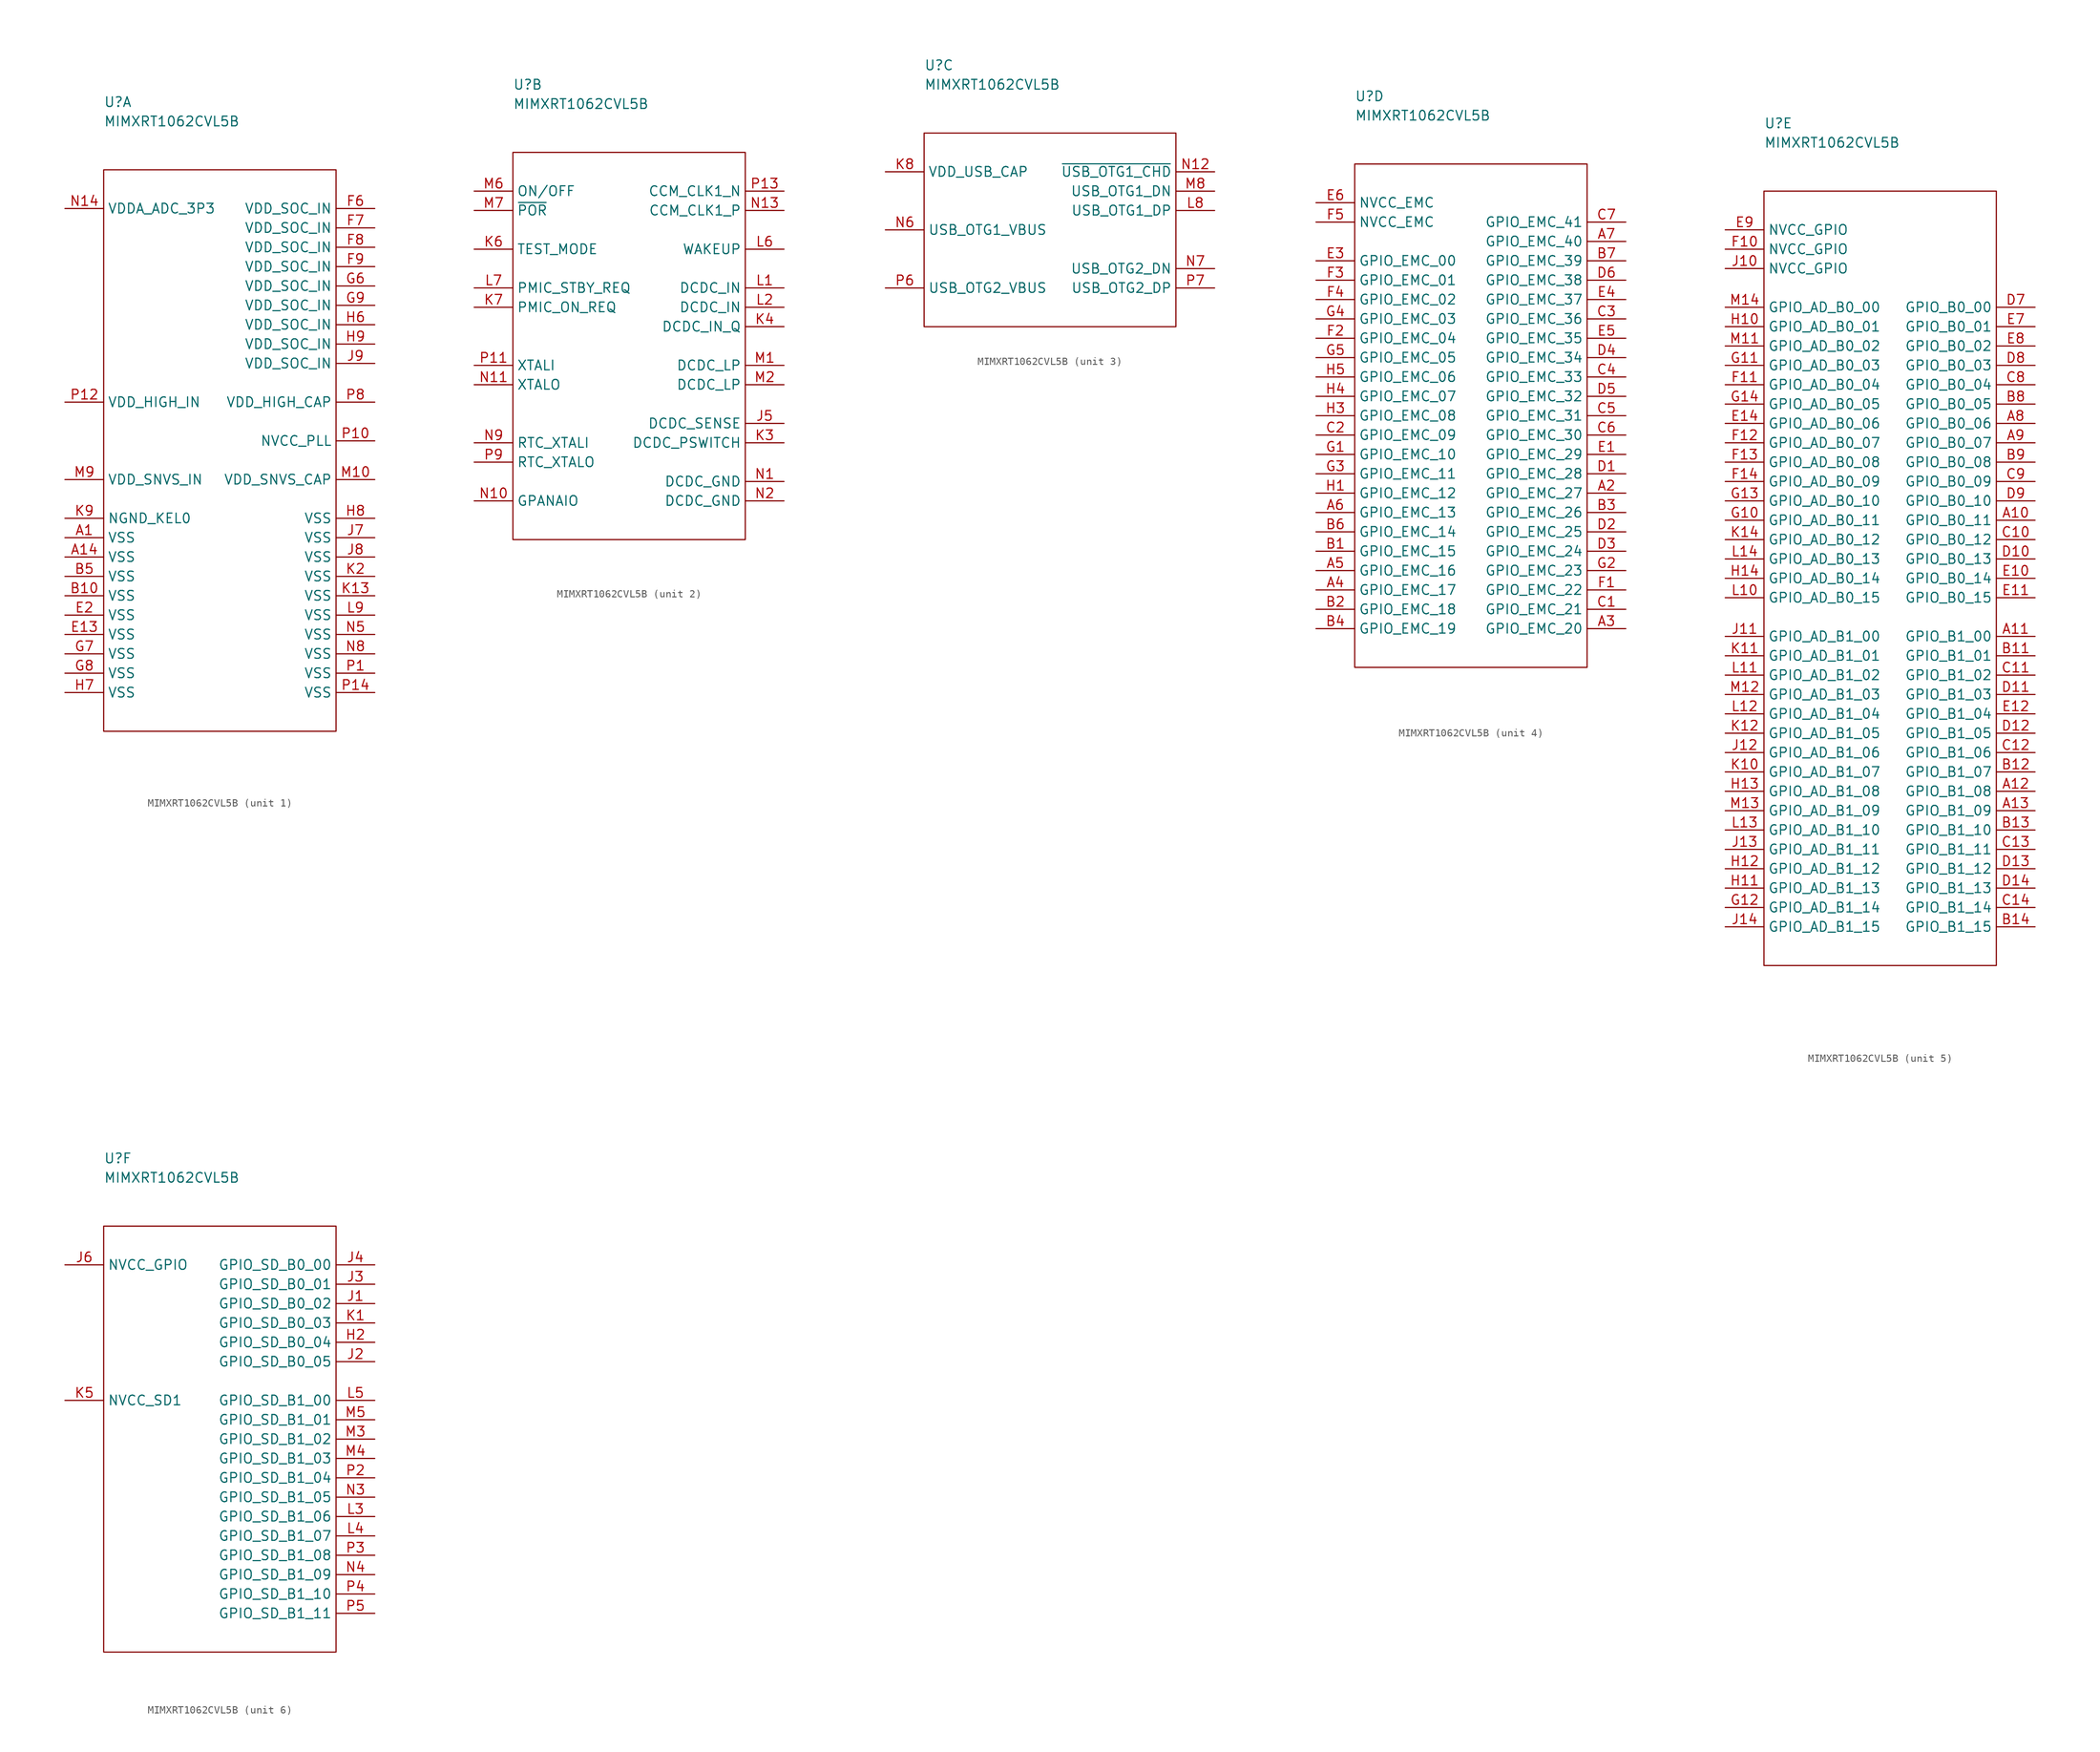
<source format=kicad_sym>
(kicad_symbol_lib
  (version 20211014)
  (generator kicad_symbol_editor)
  (symbol "MIMXRT1062CVL5B"
    (property "Reference" "U"
      (at 0 8.89 0)
      (effects (font (size 1.27 1.27)) (justify left)))
    (property "Value" "MIMXRT1062CVL5B"
      (at 0 6.35 0)
      (effects (font (size 1.27 1.27)) (justify left)))
    (property "ki_locked" ""
      (at 0 0 0)
      (effects (font (size 1.27 1.27))))
    (symbol "MIMXRT1062CVL5B_1_1"
      (rectangle (start 0 -73.66) (end 30.48 0) (stroke (width 0.152) (type default) (color 0 0 0 0)) (fill (type none)))
      (pin passive line (at -5.08 -48.26 0) (length 5.08) (name "VSS" (effects (font (size 1.27 1.27)))) (number "A1" (effects (font (size 1.27 1.27)))))
      (pin passive line (at -5.08 -50.8 0) (length 5.08) (name "VSS" (effects (font (size 1.27 1.27)))) (number "A14" (effects (font (size 1.27 1.27)))))
      (pin passive line (at -5.08 -55.88 0) (length 5.08) (name "VSS" (effects (font (size 1.27 1.27)))) (number "B10" (effects (font (size 1.27 1.27)))))
      (pin passive line (at -5.08 -53.34 0) (length 5.08) (name "VSS" (effects (font (size 1.27 1.27)))) (number "B5" (effects (font (size 1.27 1.27)))))
      (pin passive line (at -5.08 -60.96 0) (length 5.08) (name "VSS" (effects (font (size 1.27 1.27)))) (number "E13" (effects (font (size 1.27 1.27)))))
      (pin passive line (at -5.08 -58.42 0) (length 5.08) (name "VSS" (effects (font (size 1.27 1.27)))) (number "E2" (effects (font (size 1.27 1.27)))))
      (pin passive line (at 35.56 -5.08 180) (length 5.08) (name "VDD_SOC_IN" (effects (font (size 1.27 1.27)))) (number "F6" (effects (font (size 1.27 1.27)))))
      (pin passive line (at 35.56 -7.62 180) (length 5.08) (name "VDD_SOC_IN" (effects (font (size 1.27 1.27)))) (number "F7" (effects (font (size 1.27 1.27)))))
      (pin passive line (at 35.56 -10.16 180) (length 5.08) (name "VDD_SOC_IN" (effects (font (size 1.27 1.27)))) (number "F8" (effects (font (size 1.27 1.27)))))
      (pin passive line (at 35.56 -12.7 180) (length 5.08) (name "VDD_SOC_IN" (effects (font (size 1.27 1.27)))) (number "F9" (effects (font (size 1.27 1.27)))))
      (pin passive line (at 35.56 -15.24 180) (length 5.08) (name "VDD_SOC_IN" (effects (font (size 1.27 1.27)))) (number "G6" (effects (font (size 1.27 1.27)))))
      (pin passive line (at -5.08 -63.5 0) (length 5.08) (name "VSS" (effects (font (size 1.27 1.27)))) (number "G7" (effects (font (size 1.27 1.27)))))
      (pin passive line (at -5.08 -66.04 0) (length 5.08) (name "VSS" (effects (font (size 1.27 1.27)))) (number "G8" (effects (font (size 1.27 1.27)))))
      (pin passive line (at 35.56 -17.78 180) (length 5.08) (name "VDD_SOC_IN" (effects (font (size 1.27 1.27)))) (number "G9" (effects (font (size 1.27 1.27)))))
      (pin passive line (at 35.56 -20.32 180) (length 5.08) (name "VDD_SOC_IN" (effects (font (size 1.27 1.27)))) (number "H6" (effects (font (size 1.27 1.27)))))
      (pin passive line (at -5.08 -68.58 0) (length 5.08) (name "VSS" (effects (font (size 1.27 1.27)))) (number "H7" (effects (font (size 1.27 1.27)))))
      (pin passive line (at 35.56 -45.72 180) (length 5.08) (name "VSS" (effects (font (size 1.27 1.27)))) (number "H8" (effects (font (size 1.27 1.27)))))
      (pin passive line (at 35.56 -22.86 180) (length 5.08) (name "VDD_SOC_IN" (effects (font (size 1.27 1.27)))) (number "H9" (effects (font (size 1.27 1.27)))))
      (pin passive line (at 35.56 -48.26 180) (length 5.08) (name "VSS" (effects (font (size 1.27 1.27)))) (number "J7" (effects (font (size 1.27 1.27)))))
      (pin passive line (at 35.56 -50.8 180) (length 5.08) (name "VSS" (effects (font (size 1.27 1.27)))) (number "J8" (effects (font (size 1.27 1.27)))))
      (pin passive line (at 35.56 -25.4 180) (length 5.08) (name "VDD_SOC_IN" (effects (font (size 1.27 1.27)))) (number "J9" (effects (font (size 1.27 1.27)))))
      (pin passive line (at 35.56 -55.88 180) (length 5.08) (name "VSS" (effects (font (size 1.27 1.27)))) (number "K13" (effects (font (size 1.27 1.27)))))
      (pin passive line (at 35.56 -53.34 180) (length 5.08) (name "VSS" (effects (font (size 1.27 1.27)))) (number "K2" (effects (font (size 1.27 1.27)))))
      (pin passive line (at -5.08 -45.72 0) (length 5.08) (name "NGND_KEL0" (effects (font (size 1.27 1.27)))) (number "K9" (effects (font (size 1.27 1.27)))))
      (pin passive line (at 35.56 -58.42 180) (length 5.08) (name "VSS" (effects (font (size 1.27 1.27)))) (number "L9" (effects (font (size 1.27 1.27)))))
      (pin passive line (at 35.56 -40.64 180) (length 5.08) (name "VDD_SNVS_CAP" (effects (font (size 1.27 1.27)))) (number "M10" (effects (font (size 1.27 1.27)))))
      (pin passive line (at -5.08 -40.64 0) (length 5.08) (name "VDD_SNVS_IN" (effects (font (size 1.27 1.27)))) (number "M9" (effects (font (size 1.27 1.27)))))
      (pin passive line (at -5.08 -5.08 0) (length 5.08) (name "VDDA_ADC_3P3" (effects (font (size 1.27 1.27)))) (number "N14" (effects (font (size 1.27 1.27)))))
      (pin passive line (at 35.56 -60.96 180) (length 5.08) (name "VSS" (effects (font (size 1.27 1.27)))) (number "N5" (effects (font (size 1.27 1.27)))))
      (pin passive line (at 35.56 -63.5 180) (length 5.08) (name "VSS" (effects (font (size 1.27 1.27)))) (number "N8" (effects (font (size 1.27 1.27)))))
      (pin passive line (at 35.56 -66.04 180) (length 5.08) (name "VSS" (effects (font (size 1.27 1.27)))) (number "P1" (effects (font (size 1.27 1.27)))))
      (pin passive line (at 35.56 -35.56 180) (length 5.08) (name "NVCC_PLL" (effects (font (size 1.27 1.27)))) (number "P10" (effects (font (size 1.27 1.27)))))
      (pin passive line (at -5.08 -30.48 0) (length 5.08) (name "VDD_HIGH_IN" (effects (font (size 1.27 1.27)))) (number "P12" (effects (font (size 1.27 1.27)))))
      (pin passive line (at 35.56 -68.58 180) (length 5.08) (name "VSS" (effects (font (size 1.27 1.27)))) (number "P14" (effects (font (size 1.27 1.27)))))
      (pin passive line (at 35.56 -30.48 180) (length 5.08) (name "VDD_HIGH_CAP" (effects (font (size 1.27 1.27)))) (number "P8" (effects (font (size 1.27 1.27))))))
    (symbol "MIMXRT1062CVL5B_2_1"
      (rectangle (start 0 0) (end 30.48 -50.8) (stroke (width 0.152) (type default) (color 0 0 0 0)) (fill (type none)))
      (pin passive line (at 35.56 -35.56 180) (length 5.08) (name "DCDC_SENSE" (effects (font (size 1.27 1.27)))) (number "J5" (effects (font (size 1.27 1.27)))))
      (pin passive line (at 35.56 -38.1 180) (length 5.08) (name "DCDC_PSWITCH" (effects (font (size 1.27 1.27)))) (number "K3" (effects (font (size 1.27 1.27)))))
      (pin passive line (at 35.56 -22.86 180) (length 5.08) (name "DCDC_IN_Q" (effects (font (size 1.27 1.27)))) (number "K4" (effects (font (size 1.27 1.27)))))
      (pin passive line (at -5.08 -12.7 0) (length 5.08) (name "TEST_MODE" (effects (font (size 1.27 1.27)))) (number "K6" (effects (font (size 1.27 1.27)))))
      (pin passive line (at -5.08 -20.32 0) (length 5.08) (name "PMIC_ON_REQ" (effects (font (size 1.27 1.27)))) (number "K7" (effects (font (size 1.27 1.27)))))
      (pin passive line (at 35.56 -17.78 180) (length 5.08) (name "DCDC_IN" (effects (font (size 1.27 1.27)))) (number "L1" (effects (font (size 1.27 1.27)))))
      (pin passive line (at 35.56 -20.32 180) (length 5.08) (name "DCDC_IN" (effects (font (size 1.27 1.27)))) (number "L2" (effects (font (size 1.27 1.27)))))
      (pin passive line (at 35.56 -12.7 180) (length 5.08) (name "WAKEUP" (effects (font (size 1.27 1.27)))) (number "L6" (effects (font (size 1.27 1.27)))))
      (pin passive line (at -5.08 -17.78 0) (length 5.08) (name "PMIC_STBY_REQ" (effects (font (size 1.27 1.27)))) (number "L7" (effects (font (size 1.27 1.27)))))
      (pin passive line (at 35.56 -27.94 180) (length 5.08) (name "DCDC_LP" (effects (font (size 1.27 1.27)))) (number "M1" (effects (font (size 1.27 1.27)))))
      (pin passive line (at 35.56 -30.48 180) (length 5.08) (name "DCDC_LP" (effects (font (size 1.27 1.27)))) (number "M2" (effects (font (size 1.27 1.27)))))
      (pin passive line (at -5.08 -5.08 0) (length 5.08) (name "ON/OFF" (effects (font (size 1.27 1.27)))) (number "M6" (effects (font (size 1.27 1.27)))))
      (pin passive line (at -5.08 -7.62 0) (length 5.08) (name "~{POR}" (effects (font (size 1.27 1.27)))) (number "M7" (effects (font (size 1.27 1.27)))))
      (pin passive line (at 35.56 -43.18 180) (length 5.08) (name "DCDC_GND" (effects (font (size 1.27 1.27)))) (number "N1" (effects (font (size 1.27 1.27)))))
      (pin passive line (at -5.08 -45.72 0) (length 5.08) (name "GPANAIO" (effects (font (size 1.27 1.27)))) (number "N10" (effects (font (size 1.27 1.27)))))
      (pin passive line (at -5.08 -30.48 0) (length 5.08) (name "XTALO" (effects (font (size 1.27 1.27)))) (number "N11" (effects (font (size 1.27 1.27)))))
      (pin passive line (at 35.56 -7.62 180) (length 5.08) (name "CCM_CLK1_P" (effects (font (size 1.27 1.27)))) (number "N13" (effects (font (size 1.27 1.27)))))
      (pin passive line (at 35.56 -45.72 180) (length 5.08) (name "DCDC_GND" (effects (font (size 1.27 1.27)))) (number "N2" (effects (font (size 1.27 1.27)))))
      (pin passive line (at -5.08 -38.1 0) (length 5.08) (name "RTC_XTALI" (effects (font (size 1.27 1.27)))) (number "N9" (effects (font (size 1.27 1.27)))))
      (pin passive line (at -5.08 -27.94 0) (length 5.08) (name "XTALI" (effects (font (size 1.27 1.27)))) (number "P11" (effects (font (size 1.27 1.27)))))
      (pin passive line (at 35.56 -5.08 180) (length 5.08) (name "CCM_CLK1_N" (effects (font (size 1.27 1.27)))) (number "P13" (effects (font (size 1.27 1.27)))))
      (pin passive line (at -5.08 -40.64 0) (length 5.08) (name "RTC_XTALO" (effects (font (size 1.27 1.27)))) (number "P9" (effects (font (size 1.27 1.27))))))
    (symbol "MIMXRT1062CVL5B_3_1"
      (rectangle (start 0 -25.4) (end 33.02 0) (stroke (width 0.152) (type default) (color 0 0 0 0)) (fill (type none)))
      (pin passive line (at -5.08 -5.08 0) (length 5.08) (name "VDD_USB_CAP" (effects (font (size 1.27 1.27)))) (number "K8" (effects (font (size 1.27 1.27)))))
      (pin passive line (at 38.1 -10.16 180) (length 5.08) (name "USB_OTG1_DP" (effects (font (size 1.27 1.27)))) (number "L8" (effects (font (size 1.27 1.27)))))
      (pin passive line (at 38.1 -7.62 180) (length 5.08) (name "USB_OTG1_DN" (effects (font (size 1.27 1.27)))) (number "M8" (effects (font (size 1.27 1.27)))))
      (pin passive line (at 38.1 -5.08 180) (length 5.08) (name "~{USB_OTG1_CHD}" (effects (font (size 1.27 1.27)))) (number "N12" (effects (font (size 1.27 1.27)))))
      (pin passive line (at -5.08 -12.7 0) (length 5.08) (name "USB_OTG1_VBUS" (effects (font (size 1.27 1.27)))) (number "N6" (effects (font (size 1.27 1.27)))))
      (pin passive line (at 38.1 -17.78 180) (length 5.08) (name "USB_OTG2_DN" (effects (font (size 1.27 1.27)))) (number "N7" (effects (font (size 1.27 1.27)))))
      (pin passive line (at -5.08 -20.32 0) (length 5.08) (name "USB_OTG2_VBUS" (effects (font (size 1.27 1.27)))) (number "P6" (effects (font (size 1.27 1.27)))))
      (pin passive line (at 38.1 -20.32 180) (length 5.08) (name "USB_OTG2_DP" (effects (font (size 1.27 1.27)))) (number "P7" (effects (font (size 1.27 1.27))))))
    (symbol "MIMXRT1062CVL5B_4_1"
      (rectangle (start 0 0) (end 30.48 -66.04) (stroke (width 0.152) (type default) (color 0 0 0 0)) (fill (type none)))
      (pin passive line (at 35.56 -43.18 180) (length 5.08) (name "GPIO_EMC_27" (effects (font (size 1.27 1.27)))) (number "A2" (effects (font (size 1.27 1.27)))))
      (pin passive line (at 35.56 -60.96 180) (length 5.08) (name "GPIO_EMC_20" (effects (font (size 1.27 1.27)))) (number "A3" (effects (font (size 1.27 1.27)))))
      (pin passive line (at -5.08 -55.88 0) (length 5.08) (name "GPIO_EMC_17" (effects (font (size 1.27 1.27)))) (number "A4" (effects (font (size 1.27 1.27)))))
      (pin passive line (at -5.08 -53.34 0) (length 5.08) (name "GPIO_EMC_16" (effects (font (size 1.27 1.27)))) (number "A5" (effects (font (size 1.27 1.27)))))
      (pin passive line (at -5.08 -45.72 0) (length 5.08) (name "GPIO_EMC_13" (effects (font (size 1.27 1.27)))) (number "A6" (effects (font (size 1.27 1.27)))))
      (pin passive line (at 35.56 -10.16 180) (length 5.08) (name "GPIO_EMC_40" (effects (font (size 1.27 1.27)))) (number "A7" (effects (font (size 1.27 1.27)))))
      (pin passive line (at -5.08 -50.8 0) (length 5.08) (name "GPIO_EMC_15" (effects (font (size 1.27 1.27)))) (number "B1" (effects (font (size 1.27 1.27)))))
      (pin passive line (at -5.08 -58.42 0) (length 5.08) (name "GPIO_EMC_18" (effects (font (size 1.27 1.27)))) (number "B2" (effects (font (size 1.27 1.27)))))
      (pin passive line (at 35.56 -45.72 180) (length 5.08) (name "GPIO_EMC_26" (effects (font (size 1.27 1.27)))) (number "B3" (effects (font (size 1.27 1.27)))))
      (pin passive line (at -5.08 -60.96 0) (length 5.08) (name "GPIO_EMC_19" (effects (font (size 1.27 1.27)))) (number "B4" (effects (font (size 1.27 1.27)))))
      (pin passive line (at -5.08 -48.26 0) (length 5.08) (name "GPIO_EMC_14" (effects (font (size 1.27 1.27)))) (number "B6" (effects (font (size 1.27 1.27)))))
      (pin passive line (at 35.56 -12.7 180) (length 5.08) (name "GPIO_EMC_39" (effects (font (size 1.27 1.27)))) (number "B7" (effects (font (size 1.27 1.27)))))
      (pin passive line (at 35.56 -58.42 180) (length 5.08) (name "GPIO_EMC_21" (effects (font (size 1.27 1.27)))) (number "C1" (effects (font (size 1.27 1.27)))))
      (pin passive line (at -5.08 -35.56 0) (length 5.08) (name "GPIO_EMC_09" (effects (font (size 1.27 1.27)))) (number "C2" (effects (font (size 1.27 1.27)))))
      (pin passive line (at 35.56 -20.32 180) (length 5.08) (name "GPIO_EMC_36" (effects (font (size 1.27 1.27)))) (number "C3" (effects (font (size 1.27 1.27)))))
      (pin passive line (at 35.56 -27.94 180) (length 5.08) (name "GPIO_EMC_33" (effects (font (size 1.27 1.27)))) (number "C4" (effects (font (size 1.27 1.27)))))
      (pin passive line (at 35.56 -33.02 180) (length 5.08) (name "GPIO_EMC_31" (effects (font (size 1.27 1.27)))) (number "C5" (effects (font (size 1.27 1.27)))))
      (pin passive line (at 35.56 -35.56 180) (length 5.08) (name "GPIO_EMC_30" (effects (font (size 1.27 1.27)))) (number "C6" (effects (font (size 1.27 1.27)))))
      (pin passive line (at 35.56 -7.62 180) (length 5.08) (name "GPIO_EMC_41" (effects (font (size 1.27 1.27)))) (number "C7" (effects (font (size 1.27 1.27)))))
      (pin passive line (at 35.56 -40.64 180) (length 5.08) (name "GPIO_EMC_28" (effects (font (size 1.27 1.27)))) (number "D1" (effects (font (size 1.27 1.27)))))
      (pin passive line (at 35.56 -48.26 180) (length 5.08) (name "GPIO_EMC_25" (effects (font (size 1.27 1.27)))) (number "D2" (effects (font (size 1.27 1.27)))))
      (pin passive line (at 35.56 -50.8 180) (length 5.08) (name "GPIO_EMC_24" (effects (font (size 1.27 1.27)))) (number "D3" (effects (font (size 1.27 1.27)))))
      (pin passive line (at 35.56 -25.4 180) (length 5.08) (name "GPIO_EMC_34" (effects (font (size 1.27 1.27)))) (number "D4" (effects (font (size 1.27 1.27)))))
      (pin passive line (at 35.56 -30.48 180) (length 5.08) (name "GPIO_EMC_32" (effects (font (size 1.27 1.27)))) (number "D5" (effects (font (size 1.27 1.27)))))
      (pin passive line (at 35.56 -15.24 180) (length 5.08) (name "GPIO_EMC_38" (effects (font (size 1.27 1.27)))) (number "D6" (effects (font (size 1.27 1.27)))))
      (pin passive line (at 35.56 -38.1 180) (length 5.08) (name "GPIO_EMC_29" (effects (font (size 1.27 1.27)))) (number "E1" (effects (font (size 1.27 1.27)))))
      (pin passive line (at -5.08 -12.7 0) (length 5.08) (name "GPIO_EMC_00" (effects (font (size 1.27 1.27)))) (number "E3" (effects (font (size 1.27 1.27)))))
      (pin passive line (at 35.56 -17.78 180) (length 5.08) (name "GPIO_EMC_37" (effects (font (size 1.27 1.27)))) (number "E4" (effects (font (size 1.27 1.27)))))
      (pin passive line (at 35.56 -22.86 180) (length 5.08) (name "GPIO_EMC_35" (effects (font (size 1.27 1.27)))) (number "E5" (effects (font (size 1.27 1.27)))))
      (pin passive line (at -5.08 -5.08 0) (length 5.08) (name "NVCC_EMC" (effects (font (size 1.27 1.27)))) (number "E6" (effects (font (size 1.27 1.27)))))
      (pin passive line (at 35.56 -55.88 180) (length 5.08) (name "GPIO_EMC_22" (effects (font (size 1.27 1.27)))) (number "F1" (effects (font (size 1.27 1.27)))))
      (pin passive line (at -5.08 -22.86 0) (length 5.08) (name "GPIO_EMC_04" (effects (font (size 1.27 1.27)))) (number "F2" (effects (font (size 1.27 1.27)))))
      (pin passive line (at -5.08 -15.24 0) (length 5.08) (name "GPIO_EMC_01" (effects (font (size 1.27 1.27)))) (number "F3" (effects (font (size 1.27 1.27)))))
      (pin passive line (at -5.08 -17.78 0) (length 5.08) (name "GPIO_EMC_02" (effects (font (size 1.27 1.27)))) (number "F4" (effects (font (size 1.27 1.27)))))
      (pin passive line (at -5.08 -7.62 0) (length 5.08) (name "NVCC_EMC" (effects (font (size 1.27 1.27)))) (number "F5" (effects (font (size 1.27 1.27)))))
      (pin passive line (at -5.08 -38.1 0) (length 5.08) (name "GPIO_EMC_10" (effects (font (size 1.27 1.27)))) (number "G1" (effects (font (size 1.27 1.27)))))
      (pin passive line (at 35.56 -53.34 180) (length 5.08) (name "GPIO_EMC_23" (effects (font (size 1.27 1.27)))) (number "G2" (effects (font (size 1.27 1.27)))))
      (pin passive line (at -5.08 -40.64 0) (length 5.08) (name "GPIO_EMC_11" (effects (font (size 1.27 1.27)))) (number "G3" (effects (font (size 1.27 1.27)))))
      (pin passive line (at -5.08 -20.32 0) (length 5.08) (name "GPIO_EMC_03" (effects (font (size 1.27 1.27)))) (number "G4" (effects (font (size 1.27 1.27)))))
      (pin passive line (at -5.08 -25.4 0) (length 5.08) (name "GPIO_EMC_05" (effects (font (size 1.27 1.27)))) (number "G5" (effects (font (size 1.27 1.27)))))
      (pin passive line (at -5.08 -43.18 0) (length 5.08) (name "GPIO_EMC_12" (effects (font (size 1.27 1.27)))) (number "H1" (effects (font (size 1.27 1.27)))))
      (pin passive line (at -5.08 -33.02 0) (length 5.08) (name "GPIO_EMC_08" (effects (font (size 1.27 1.27)))) (number "H3" (effects (font (size 1.27 1.27)))))
      (pin passive line (at -5.08 -30.48 0) (length 5.08) (name "GPIO_EMC_07" (effects (font (size 1.27 1.27)))) (number "H4" (effects (font (size 1.27 1.27)))))
      (pin passive line (at -5.08 -27.94 0) (length 5.08) (name "GPIO_EMC_06" (effects (font (size 1.27 1.27)))) (number "H5" (effects (font (size 1.27 1.27))))))
    (symbol "MIMXRT1062CVL5B_5_1"
      (rectangle (start 0 0) (end 30.48 -101.6) (stroke (width 0.152) (type default) (color 0 0 0 0)) (fill (type none)))
      (pin passive line (at 35.56 -43.18 180) (length 5.08) (name "GPIO_B0_11" (effects (font (size 1.27 1.27)))) (number "A10" (effects (font (size 1.27 1.27)))))
      (pin passive line (at 35.56 -58.42 180) (length 5.08) (name "GPIO_B1_00" (effects (font (size 1.27 1.27)))) (number "A11" (effects (font (size 1.27 1.27)))))
      (pin passive line (at 35.56 -78.74 180) (length 5.08) (name "GPIO_B1_08" (effects (font (size 1.27 1.27)))) (number "A12" (effects (font (size 1.27 1.27)))))
      (pin passive line (at 35.56 -81.28 180) (length 5.08) (name "GPIO_B1_09" (effects (font (size 1.27 1.27)))) (number "A13" (effects (font (size 1.27 1.27)))))
      (pin passive line (at 35.56 -30.48 180) (length 5.08) (name "GPIO_B0_06" (effects (font (size 1.27 1.27)))) (number "A8" (effects (font (size 1.27 1.27)))))
      (pin passive line (at 35.56 -33.02 180) (length 5.08) (name "GPIO_B0_07" (effects (font (size 1.27 1.27)))) (number "A9" (effects (font (size 1.27 1.27)))))
      (pin passive line (at 35.56 -60.96 180) (length 5.08) (name "GPIO_B1_01" (effects (font (size 1.27 1.27)))) (number "B11" (effects (font (size 1.27 1.27)))))
      (pin passive line (at 35.56 -76.2 180) (length 5.08) (name "GPIO_B1_07" (effects (font (size 1.27 1.27)))) (number "B12" (effects (font (size 1.27 1.27)))))
      (pin passive line (at 35.56 -83.82 180) (length 5.08) (name "GPIO_B1_10" (effects (font (size 1.27 1.27)))) (number "B13" (effects (font (size 1.27 1.27)))))
      (pin passive line (at 35.56 -96.52 180) (length 5.08) (name "GPIO_B1_15" (effects (font (size 1.27 1.27)))) (number "B14" (effects (font (size 1.27 1.27)))))
      (pin passive line (at 35.56 -27.94 180) (length 5.08) (name "GPIO_B0_05" (effects (font (size 1.27 1.27)))) (number "B8" (effects (font (size 1.27 1.27)))))
      (pin passive line (at 35.56 -35.56 180) (length 5.08) (name "GPIO_B0_08" (effects (font (size 1.27 1.27)))) (number "B9" (effects (font (size 1.27 1.27)))))
      (pin passive line (at 35.56 -45.72 180) (length 5.08) (name "GPIO_B0_12" (effects (font (size 1.27 1.27)))) (number "C10" (effects (font (size 1.27 1.27)))))
      (pin passive line (at 35.56 -63.5 180) (length 5.08) (name "GPIO_B1_02" (effects (font (size 1.27 1.27)))) (number "C11" (effects (font (size 1.27 1.27)))))
      (pin passive line (at 35.56 -73.66 180) (length 5.08) (name "GPIO_B1_06" (effects (font (size 1.27 1.27)))) (number "C12" (effects (font (size 1.27 1.27)))))
      (pin passive line (at 35.56 -86.36 180) (length 5.08) (name "GPIO_B1_11" (effects (font (size 1.27 1.27)))) (number "C13" (effects (font (size 1.27 1.27)))))
      (pin passive line (at 35.56 -93.98 180) (length 5.08) (name "GPIO_B1_14" (effects (font (size 1.27 1.27)))) (number "C14" (effects (font (size 1.27 1.27)))))
      (pin passive line (at 35.56 -25.4 180) (length 5.08) (name "GPIO_B0_04" (effects (font (size 1.27 1.27)))) (number "C8" (effects (font (size 1.27 1.27)))))
      (pin passive line (at 35.56 -38.1 180) (length 5.08) (name "GPIO_B0_09" (effects (font (size 1.27 1.27)))) (number "C9" (effects (font (size 1.27 1.27)))))
      (pin passive line (at 35.56 -48.26 180) (length 5.08) (name "GPIO_B0_13" (effects (font (size 1.27 1.27)))) (number "D10" (effects (font (size 1.27 1.27)))))
      (pin passive line (at 35.56 -66.04 180) (length 5.08) (name "GPIO_B1_03" (effects (font (size 1.27 1.27)))) (number "D11" (effects (font (size 1.27 1.27)))))
      (pin passive line (at 35.56 -71.12 180) (length 5.08) (name "GPIO_B1_05" (effects (font (size 1.27 1.27)))) (number "D12" (effects (font (size 1.27 1.27)))))
      (pin passive line (at 35.56 -88.9 180) (length 5.08) (name "GPIO_B1_12" (effects (font (size 1.27 1.27)))) (number "D13" (effects (font (size 1.27 1.27)))))
      (pin passive line (at 35.56 -91.44 180) (length 5.08) (name "GPIO_B1_13" (effects (font (size 1.27 1.27)))) (number "D14" (effects (font (size 1.27 1.27)))))
      (pin passive line (at 35.56 -15.24 180) (length 5.08) (name "GPIO_B0_00" (effects (font (size 1.27 1.27)))) (number "D7" (effects (font (size 1.27 1.27)))))
      (pin passive line (at 35.56 -22.86 180) (length 5.08) (name "GPIO_B0_03" (effects (font (size 1.27 1.27)))) (number "D8" (effects (font (size 1.27 1.27)))))
      (pin passive line (at 35.56 -40.64 180) (length 5.08) (name "GPIO_B0_10" (effects (font (size 1.27 1.27)))) (number "D9" (effects (font (size 1.27 1.27)))))
      (pin passive line (at 35.56 -50.8 180) (length 5.08) (name "GPIO_B0_14" (effects (font (size 1.27 1.27)))) (number "E10" (effects (font (size 1.27 1.27)))))
      (pin passive line (at 35.56 -53.34 180) (length 5.08) (name "GPIO_B0_15" (effects (font (size 1.27 1.27)))) (number "E11" (effects (font (size 1.27 1.27)))))
      (pin passive line (at 35.56 -68.58 180) (length 5.08) (name "GPIO_B1_04" (effects (font (size 1.27 1.27)))) (number "E12" (effects (font (size 1.27 1.27)))))
      (pin passive line (at -5.08 -30.48 0) (length 5.08) (name "GPIO_AD_B0_06" (effects (font (size 1.27 1.27)))) (number "E14" (effects (font (size 1.27 1.27)))))
      (pin passive line (at 35.56 -17.78 180) (length 5.08) (name "GPIO_B0_01" (effects (font (size 1.27 1.27)))) (number "E7" (effects (font (size 1.27 1.27)))))
      (pin passive line (at 35.56 -20.32 180) (length 5.08) (name "GPIO_B0_02" (effects (font (size 1.27 1.27)))) (number "E8" (effects (font (size 1.27 1.27)))))
      (pin passive line (at -5.08 -5.08 0) (length 5.08) (name "NVCC_GPIO" (effects (font (size 1.27 1.27)))) (number "E9" (effects (font (size 1.27 1.27)))))
      (pin passive line (at -5.08 -7.62 0) (length 5.08) (name "NVCC_GPIO" (effects (font (size 1.27 1.27)))) (number "F10" (effects (font (size 1.27 1.27)))))
      (pin passive line (at -5.08 -25.4 0) (length 5.08) (name "GPIO_AD_B0_04" (effects (font (size 1.27 1.27)))) (number "F11" (effects (font (size 1.27 1.27)))))
      (pin passive line (at -5.08 -33.02 0) (length 5.08) (name "GPIO_AD_B0_07" (effects (font (size 1.27 1.27)))) (number "F12" (effects (font (size 1.27 1.27)))))
      (pin passive line (at -5.08 -35.56 0) (length 5.08) (name "GPIO_AD_B0_08" (effects (font (size 1.27 1.27)))) (number "F13" (effects (font (size 1.27 1.27)))))
      (pin passive line (at -5.08 -38.1 0) (length 5.08) (name "GPIO_AD_B0_09" (effects (font (size 1.27 1.27)))) (number "F14" (effects (font (size 1.27 1.27)))))
      (pin passive line (at -5.08 -43.18 0) (length 5.08) (name "GPIO_AD_B0_11" (effects (font (size 1.27 1.27)))) (number "G10" (effects (font (size 1.27 1.27)))))
      (pin passive line (at -5.08 -22.86 0) (length 5.08) (name "GPIO_AD_B0_03" (effects (font (size 1.27 1.27)))) (number "G11" (effects (font (size 1.27 1.27)))))
      (pin passive line (at -5.08 -93.98 0) (length 5.08) (name "GPIO_AD_B1_14" (effects (font (size 1.27 1.27)))) (number "G12" (effects (font (size 1.27 1.27)))))
      (pin passive line (at -5.08 -40.64 0) (length 5.08) (name "GPIO_AD_B0_10" (effects (font (size 1.27 1.27)))) (number "G13" (effects (font (size 1.27 1.27)))))
      (pin passive line (at -5.08 -27.94 0) (length 5.08) (name "GPIO_AD_B0_05" (effects (font (size 1.27 1.27)))) (number "G14" (effects (font (size 1.27 1.27)))))
      (pin passive line (at -5.08 -17.78 0) (length 5.08) (name "GPIO_AD_B0_01" (effects (font (size 1.27 1.27)))) (number "H10" (effects (font (size 1.27 1.27)))))
      (pin passive line (at -5.08 -91.44 0) (length 5.08) (name "GPIO_AD_B1_13" (effects (font (size 1.27 1.27)))) (number "H11" (effects (font (size 1.27 1.27)))))
      (pin passive line (at -5.08 -88.9 0) (length 5.08) (name "GPIO_AD_B1_12" (effects (font (size 1.27 1.27)))) (number "H12" (effects (font (size 1.27 1.27)))))
      (pin passive line (at -5.08 -78.74 0) (length 5.08) (name "GPIO_AD_B1_08" (effects (font (size 1.27 1.27)))) (number "H13" (effects (font (size 1.27 1.27)))))
      (pin passive line (at -5.08 -50.8 0) (length 5.08) (name "GPIO_AD_B0_14" (effects (font (size 1.27 1.27)))) (number "H14" (effects (font (size 1.27 1.27)))))
      (pin passive line (at -5.08 -10.16 0) (length 5.08) (name "NVCC_GPIO" (effects (font (size 1.27 1.27)))) (number "J10" (effects (font (size 1.27 1.27)))))
      (pin passive line (at -5.08 -58.42 0) (length 5.08) (name "GPIO_AD_B1_00" (effects (font (size 1.27 1.27)))) (number "J11" (effects (font (size 1.27 1.27)))))
      (pin passive line (at -5.08 -73.66 0) (length 5.08) (name "GPIO_AD_B1_06" (effects (font (size 1.27 1.27)))) (number "J12" (effects (font (size 1.27 1.27)))))
      (pin passive line (at -5.08 -86.36 0) (length 5.08) (name "GPIO_AD_B1_11" (effects (font (size 1.27 1.27)))) (number "J13" (effects (font (size 1.27 1.27)))))
      (pin passive line (at -5.08 -96.52 0) (length 5.08) (name "GPIO_AD_B1_15" (effects (font (size 1.27 1.27)))) (number "J14" (effects (font (size 1.27 1.27)))))
      (pin passive line (at -5.08 -76.2 0) (length 5.08) (name "GPIO_AD_B1_07" (effects (font (size 1.27 1.27)))) (number "K10" (effects (font (size 1.27 1.27)))))
      (pin passive line (at -5.08 -60.96 0) (length 5.08) (name "GPIO_AD_B1_01" (effects (font (size 1.27 1.27)))) (number "K11" (effects (font (size 1.27 1.27)))))
      (pin passive line (at -5.08 -71.12 0) (length 5.08) (name "GPIO_AD_B1_05" (effects (font (size 1.27 1.27)))) (number "K12" (effects (font (size 1.27 1.27)))))
      (pin passive line (at -5.08 -45.72 0) (length 5.08) (name "GPIO_AD_B0_12" (effects (font (size 1.27 1.27)))) (number "K14" (effects (font (size 1.27 1.27)))))
      (pin passive line (at -5.08 -53.34 0) (length 5.08) (name "GPIO_AD_B0_15" (effects (font (size 1.27 1.27)))) (number "L10" (effects (font (size 1.27 1.27)))))
      (pin passive line (at -5.08 -63.5 0) (length 5.08) (name "GPIO_AD_B1_02" (effects (font (size 1.27 1.27)))) (number "L11" (effects (font (size 1.27 1.27)))))
      (pin passive line (at -5.08 -68.58 0) (length 5.08) (name "GPIO_AD_B1_04" (effects (font (size 1.27 1.27)))) (number "L12" (effects (font (size 1.27 1.27)))))
      (pin passive line (at -5.08 -83.82 0) (length 5.08) (name "GPIO_AD_B1_10" (effects (font (size 1.27 1.27)))) (number "L13" (effects (font (size 1.27 1.27)))))
      (pin passive line (at -5.08 -48.26 0) (length 5.08) (name "GPIO_AD_B0_13" (effects (font (size 1.27 1.27)))) (number "L14" (effects (font (size 1.27 1.27)))))
      (pin passive line (at -5.08 -20.32 0) (length 5.08) (name "GPIO_AD_B0_02" (effects (font (size 1.27 1.27)))) (number "M11" (effects (font (size 1.27 1.27)))))
      (pin passive line (at -5.08 -66.04 0) (length 5.08) (name "GPIO_AD_B1_03" (effects (font (size 1.27 1.27)))) (number "M12" (effects (font (size 1.27 1.27)))))
      (pin passive line (at -5.08 -81.28 0) (length 5.08) (name "GPIO_AD_B1_09" (effects (font (size 1.27 1.27)))) (number "M13" (effects (font (size 1.27 1.27)))))
      (pin passive line (at -5.08 -15.24 0) (length 5.08) (name "GPIO_AD_B0_00" (effects (font (size 1.27 1.27)))) (number "M14" (effects (font (size 1.27 1.27))))))
    (symbol "MIMXRT1062CVL5B_6_1"
      (rectangle (start 0 0) (end 30.48 -55.88) (stroke (width 0.152) (type default) (color 0 0 0 0)) (fill (type none)))
      (pin passive line (at 35.56 -15.24 180) (length 5.08) (name "GPIO_SD_B0_04" (effects (font (size 1.27 1.27)))) (number "H2" (effects (font (size 1.27 1.27)))))
      (pin passive line (at 35.56 -10.16 180) (length 5.08) (name "GPIO_SD_B0_02" (effects (font (size 1.27 1.27)))) (number "J1" (effects (font (size 1.27 1.27)))))
      (pin passive line (at 35.56 -17.78 180) (length 5.08) (name "GPIO_SD_B0_05" (effects (font (size 1.27 1.27)))) (number "J2" (effects (font (size 1.27 1.27)))))
      (pin passive line (at 35.56 -7.62 180) (length 5.08) (name "GPIO_SD_B0_01" (effects (font (size 1.27 1.27)))) (number "J3" (effects (font (size 1.27 1.27)))))
      (pin passive line (at 35.56 -5.08 180) (length 5.08) (name "GPIO_SD_B0_00" (effects (font (size 1.27 1.27)))) (number "J4" (effects (font (size 1.27 1.27)))))
      (pin passive line (at -5.08 -5.08 0) (length 5.08) (name "NVCC_GPIO" (effects (font (size 1.27 1.27)))) (number "J6" (effects (font (size 1.27 1.27)))))
      (pin passive line (at 35.56 -12.7 180) (length 5.08) (name "GPIO_SD_B0_03" (effects (font (size 1.27 1.27)))) (number "K1" (effects (font (size 1.27 1.27)))))
      (pin passive line (at -5.08 -22.86 0) (length 5.08) (name "NVCC_SD1" (effects (font (size 1.27 1.27)))) (number "K5" (effects (font (size 1.27 1.27)))))
      (pin passive line (at 35.56 -38.1 180) (length 5.08) (name "GPIO_SD_B1_06" (effects (font (size 1.27 1.27)))) (number "L3" (effects (font (size 1.27 1.27)))))
      (pin passive line (at 35.56 -40.64 180) (length 5.08) (name "GPIO_SD_B1_07" (effects (font (size 1.27 1.27)))) (number "L4" (effects (font (size 1.27 1.27)))))
      (pin passive line (at 35.56 -22.86 180) (length 5.08) (name "GPIO_SD_B1_00" (effects (font (size 1.27 1.27)))) (number "L5" (effects (font (size 1.27 1.27)))))
      (pin passive line (at 35.56 -27.94 180) (length 5.08) (name "GPIO_SD_B1_02" (effects (font (size 1.27 1.27)))) (number "M3" (effects (font (size 1.27 1.27)))))
      (pin passive line (at 35.56 -30.48 180) (length 5.08) (name "GPIO_SD_B1_03" (effects (font (size 1.27 1.27)))) (number "M4" (effects (font (size 1.27 1.27)))))
      (pin passive line (at 35.56 -25.4 180) (length 5.08) (name "GPIO_SD_B1_01" (effects (font (size 1.27 1.27)))) (number "M5" (effects (font (size 1.27 1.27)))))
      (pin passive line (at 35.56 -35.56 180) (length 5.08) (name "GPIO_SD_B1_05" (effects (font (size 1.27 1.27)))) (number "N3" (effects (font (size 1.27 1.27)))))
      (pin passive line (at 35.56 -45.72 180) (length 5.08) (name "GPIO_SD_B1_09" (effects (font (size 1.27 1.27)))) (number "N4" (effects (font (size 1.27 1.27)))))
      (pin passive line (at 35.56 -33.02 180) (length 5.08) (name "GPIO_SD_B1_04" (effects (font (size 1.27 1.27)))) (number "P2" (effects (font (size 1.27 1.27)))))
      (pin passive line (at 35.56 -43.18 180) (length 5.08) (name "GPIO_SD_B1_08" (effects (font (size 1.27 1.27)))) (number "P3" (effects (font (size 1.27 1.27)))))
      (pin passive line (at 35.56 -48.26 180) (length 5.08) (name "GPIO_SD_B1_10" (effects (font (size 1.27 1.27)))) (number "P4" (effects (font (size 1.27 1.27)))))
      (pin passive line (at 35.56 -50.8 180) (length 5.08) (name "GPIO_SD_B1_11" (effects (font (size 1.27 1.27)))) (number "P5" (effects (font (size 1.27 1.27))))))))
</source>
